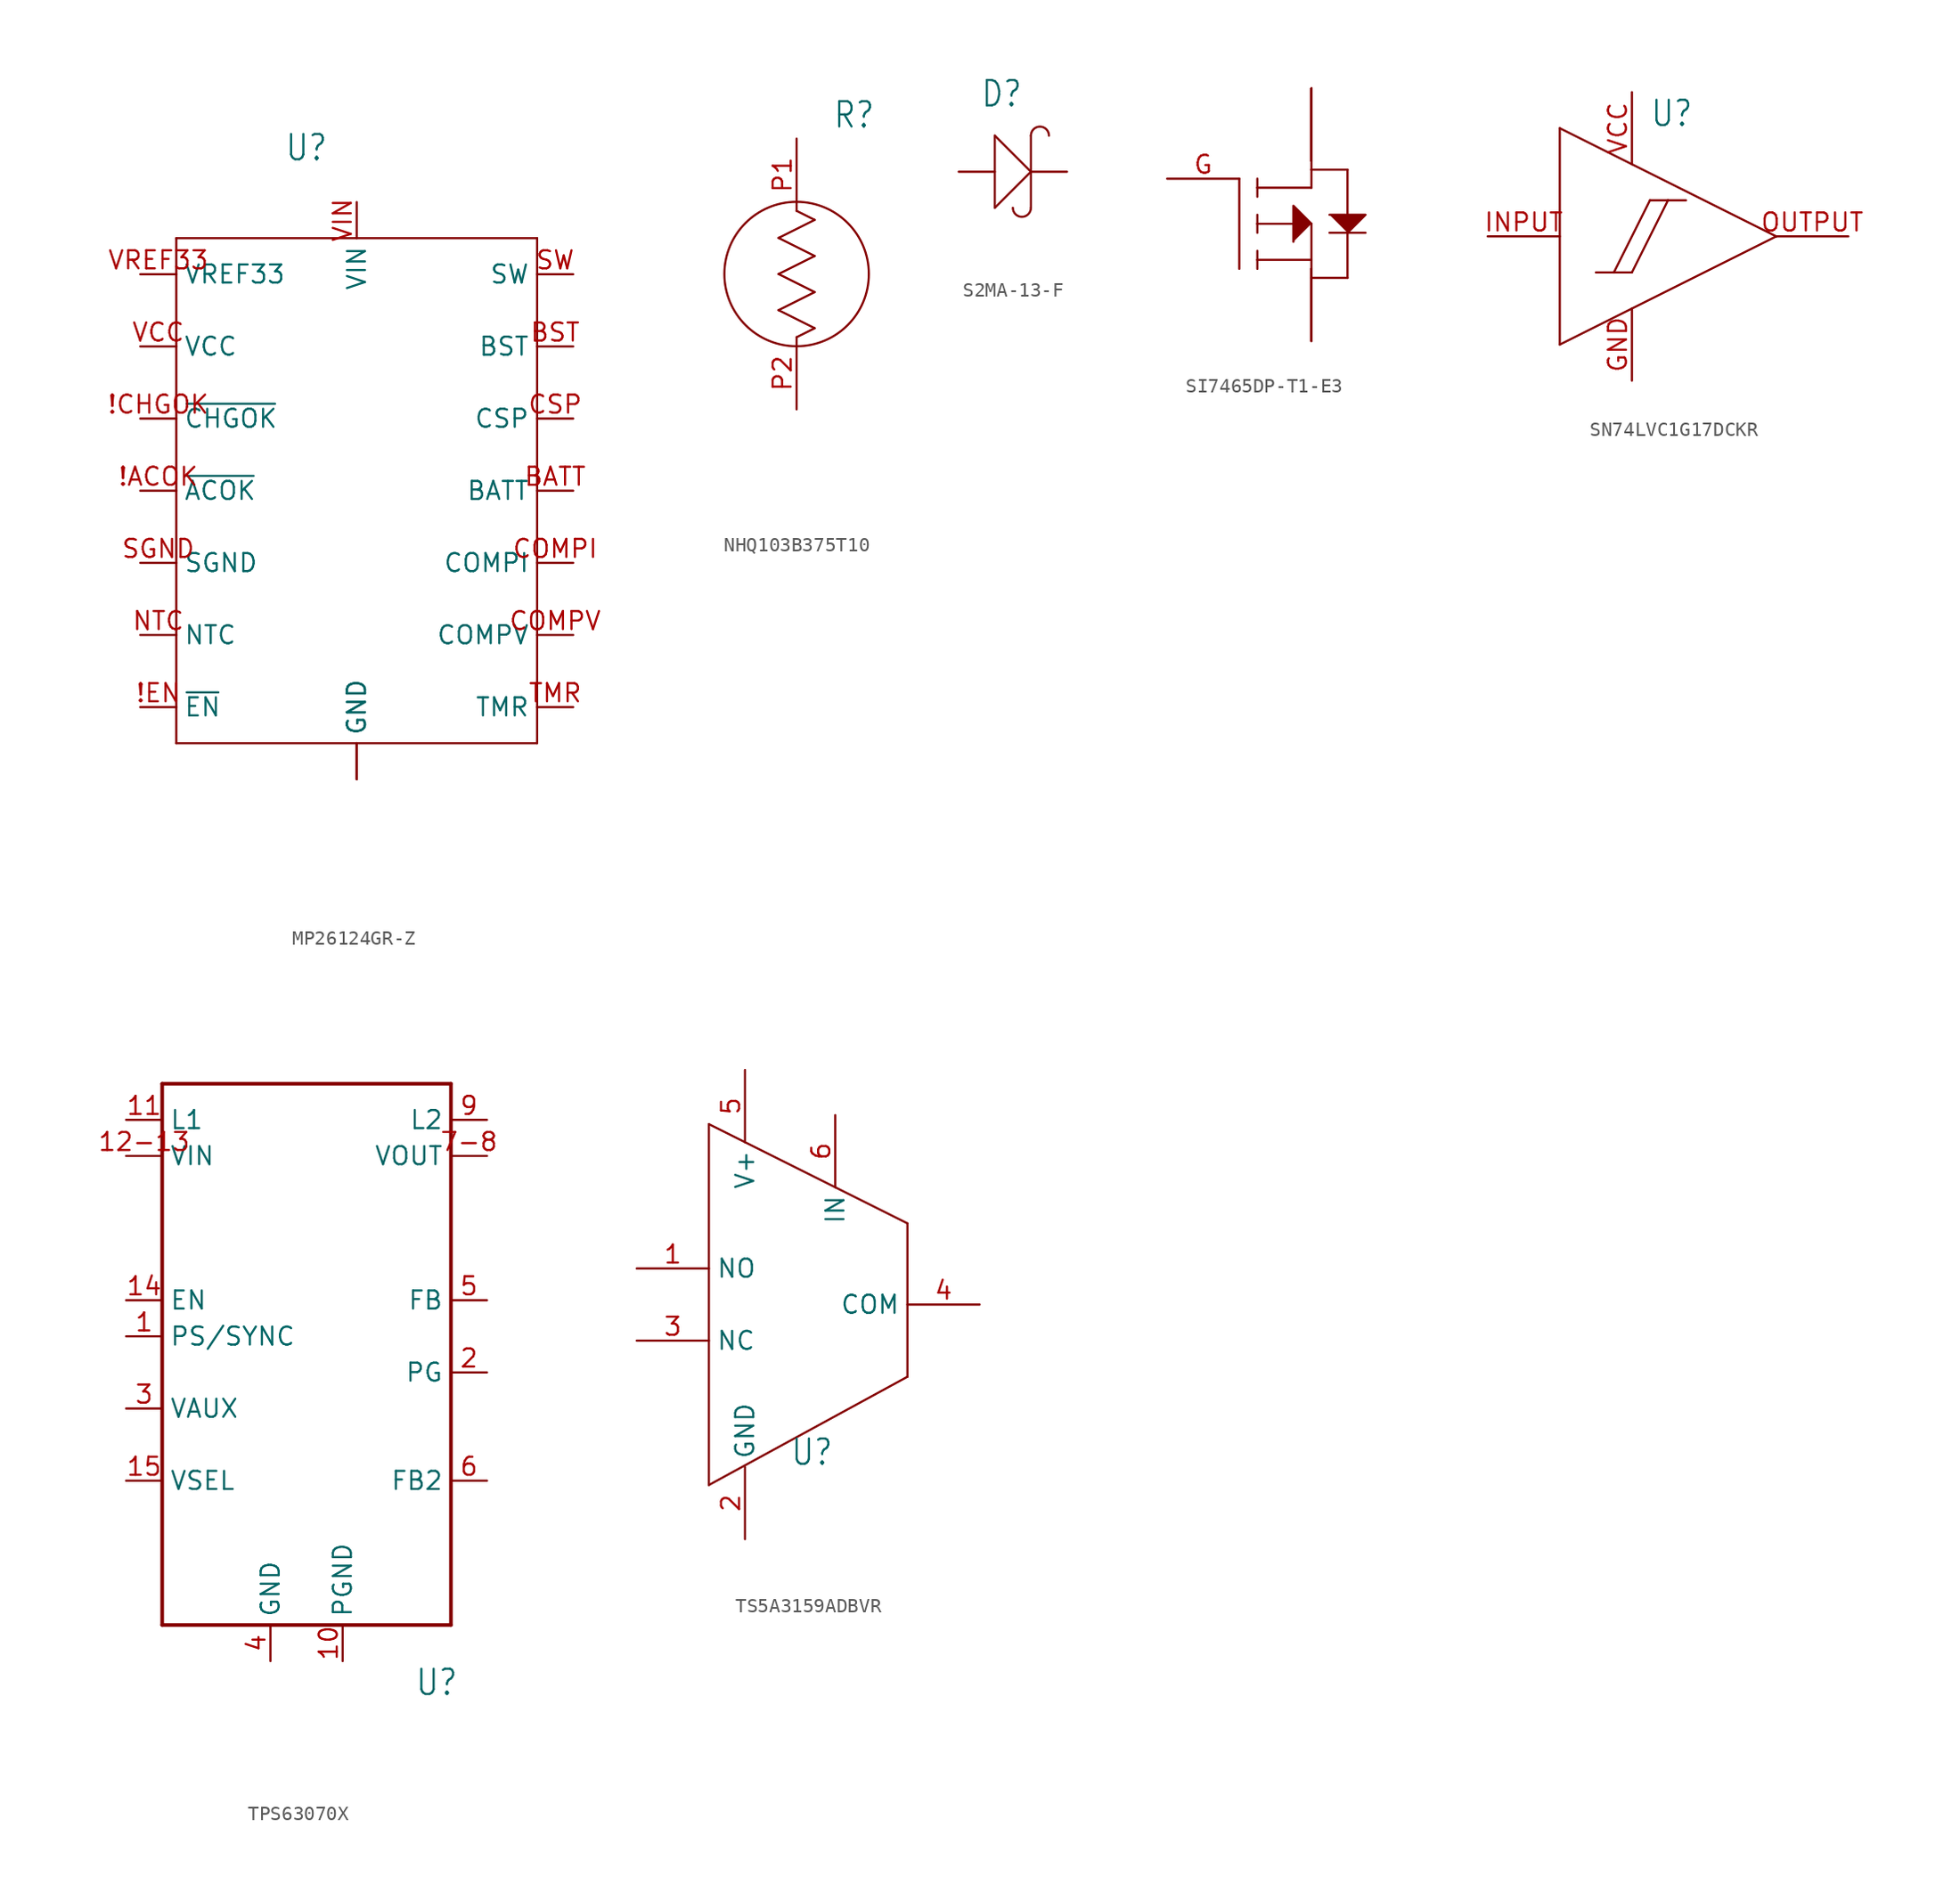
<source format=kicad_sym>
(kicad_symbol_lib
  (version 20220914)
  (generator kicad_symbol_editor)
  (symbol "MP26124GR-Z"
    (property "Reference" "U"
      (at -5.08 20.574 0)
      (effects (font (size 1.778 1.511)) (justify left bottom)))
    (property "Value" ""
      (at -5.08 -27.94 0)
      (effects (font (size 1.778 1.511)) (justify left bottom)))
    (property "ki_locked" ""
      (at 0 0 0)
      (effects (font (size 1.27 1.27))))
    (symbol "MP26124GR-Z_1_0"
      (polyline (pts (xy -12.7 -20.32) (xy -12.7 15.24)) (stroke (width 0.152) (type solid)) (fill (type none)))
      (polyline (pts (xy -12.7 15.24) (xy 12.7 15.24)) (stroke (width 0.152) (type solid)) (fill (type none)))
      (polyline (pts (xy 12.7 -20.32) (xy -12.7 -20.32)) (stroke (width 0.152) (type solid)) (fill (type none)))
      (polyline (pts (xy 12.7 15.24) (xy 12.7 -20.32)) (stroke (width 0.152) (type solid)) (fill (type none)))
      (pin bidirectional line (at -15.24 -2.54 0) (length 2.54) (name "~{ACOK}" (effects (font (size 1.27 1.27)))) (number "!ACOK" (effects (font (size 1.27 1.27)))))
      (pin bidirectional line (at -15.24 2.54 0) (length 2.54) (name "~{CHGOK}" (effects (font (size 1.27 1.27)))) (number "!CHGOK" (effects (font (size 1.27 1.27)))))
      (pin bidirectional line (at -15.24 -17.78 0) (length 2.54) (name "~{EN}" (effects (font (size 1.27 1.27)))) (number "!EN" (effects (font (size 1.27 1.27)))))
      (pin bidirectional line (at 15.24 -2.54 180) (length 2.54) (name "BATT" (effects (font (size 1.27 1.27)))) (number "BATT" (effects (font (size 1.27 1.27)))))
      (pin bidirectional line (at 15.24 7.62 180) (length 2.54) (name "BST" (effects (font (size 1.27 1.27)))) (number "BST" (effects (font (size 1.27 1.27)))))
      (pin bidirectional line (at 15.24 -7.62 180) (length 2.54) (name "COMPI" (effects (font (size 1.27 1.27)))) (number "COMPI" (effects (font (size 1.27 1.27)))))
      (pin bidirectional line (at 15.24 -12.7 180) (length 2.54) (name "COMPV" (effects (font (size 1.27 1.27)))) (number "COMPV" (effects (font (size 1.27 1.27)))))
      (pin bidirectional line (at 15.24 2.54 180) (length 2.54) (name "CSP" (effects (font (size 1.27 1.27)))) (number "CSP" (effects (font (size 1.27 1.27)))))
      (pin bidirectional line (at 0 -22.86 90) (length 2.54) (name "GND" (effects (font (size 1.27 1.27)))) (number "EPAD" (effects (font (size 0 0)))))
      (pin bidirectional line (at 0 -22.86 90) (length 2.54) (name "GND" (effects (font (size 1.27 1.27)))) (number "GND" (effects (font (size 0 0)))))
      (pin bidirectional line (at -15.24 -12.7 0) (length 2.54) (name "NTC" (effects (font (size 1.27 1.27)))) (number "NTC" (effects (font (size 1.27 1.27)))))
      (pin bidirectional line (at -15.24 -7.62 0) (length 2.54) (name "SGND" (effects (font (size 1.27 1.27)))) (number "SGND" (effects (font (size 1.27 1.27)))))
      (pin bidirectional line (at 15.24 12.7 180) (length 2.54) (name "SW" (effects (font (size 1.27 1.27)))) (number "SW" (effects (font (size 1.27 1.27)))))
      (pin bidirectional line (at 15.24 -17.78 180) (length 2.54) (name "TMR" (effects (font (size 1.27 1.27)))) (number "TMR" (effects (font (size 1.27 1.27)))))
      (pin bidirectional line (at -15.24 7.62 0) (length 2.54) (name "VCC" (effects (font (size 1.27 1.27)))) (number "VCC" (effects (font (size 1.27 1.27)))))
      (pin bidirectional line (at 0 17.78 270) (length 2.54) (name "VIN" (effects (font (size 1.27 1.27)))) (number "VIN" (effects (font (size 1.27 1.27)))))
      (pin bidirectional line (at -15.24 12.7 0) (length 2.54) (name "VREF33" (effects (font (size 1.27 1.27)))) (number "VREF33" (effects (font (size 1.27 1.27)))))))
  (symbol "NHQ103B375T10"
    (property "Reference" "R"
      (at 2.54 10.16 0)
      (effects (font (size 1.778 1.511)) (justify left bottom)))
    (property "Value" ""
      (at 2.54 -15.24 0)
      (effects (font (size 1.778 1.511)) (justify left bottom)))
    (property "ki_locked" ""
      (at 0 0 0)
      (effects (font (size 1.27 1.27))))
    (symbol "NHQ103B375T10_1_0"
      (polyline (pts (xy -1.27 -2.54) (xy 1.27 -3.81)) (stroke (width 0.152) (type solid)) (fill (type none)))
      (polyline (pts (xy -1.27 0) (xy 1.27 -1.27)) (stroke (width 0.152) (type solid)) (fill (type none)))
      (polyline (pts (xy -1.27 2.54) (xy 1.27 1.27)) (stroke (width 0.152) (type solid)) (fill (type none)))
      (polyline (pts (xy 1.27 -3.81) (xy 0 -4.445)) (stroke (width 0.152) (type solid)) (fill (type none)))
      (polyline (pts (xy 1.27 -1.27) (xy -1.27 -2.54)) (stroke (width 0.152) (type solid)) (fill (type none)))
      (polyline (pts (xy 1.27 1.27) (xy -1.27 0)) (stroke (width 0.152) (type solid)) (fill (type none)))
      (polyline (pts (xy 1.27 3.81) (xy -1.27 2.54)) (stroke (width 0.152) (type solid)) (fill (type none)))
      (polyline (pts (xy 1.27 3.81) (xy 0 4.445)) (stroke (width 0.152) (type solid)) (fill (type none)))
      (circle (center 0 0) (radius 5.08) (stroke (width 0.152) (type solid)) (fill (type none)))
      (pin bidirectional line (at 0 9.525 270) (length 5.08) (name "P$1" (effects (font (size 0 0)))) (number "P1" (effects (font (size 1.27 1.27)))))
      (pin bidirectional line (at 0 -9.525 90) (length 5.08) (name "P$2" (effects (font (size 0 0)))) (number "P2" (effects (font (size 1.27 1.27)))))))
  (symbol "S2MA-13-F"
    (property "Reference" "D"
      (at -2.288 4.447 0)
      (effects (font (size 1.78 1.513)) (justify left bottom)))
    (property "Value" ""
      (at -2.287 -5.97 0)
      (effects (font (size 1.779 1.512)) (justify left bottom)))
    (property "ki_locked" ""
      (at 0 0 0)
      (effects (font (size 1.27 1.27))))
    (symbol "S2MA-13-F_1_0"
      (arc (start 0 -2.54) (mid 0.635 -3.175) (end 1.27 -2.54) (stroke (width 0.1524) (type solid)) (fill (type none)))
      (polyline (pts (xy -1.27 -2.54) (xy 1.27 0)) (stroke (width 0.152) (type solid)) (fill (type none)))
      (polyline (pts (xy -1.27 2.54) (xy -1.27 -2.54)) (stroke (width 0.152) (type solid)) (fill (type none)))
      (polyline (pts (xy 1.27 -2.54) (xy 1.27 0)) (stroke (width 0.152) (type solid)) (fill (type none)))
      (polyline (pts (xy 1.27 0) (xy -1.27 2.54)) (stroke (width 0.152) (type solid)) (fill (type none)))
      (polyline (pts (xy 1.27 0) (xy 1.27 2.54)) (stroke (width 0.152) (type solid)) (fill (type none)))
      (arc (start 2.54 2.54) (mid 1.905 3.175) (end 1.27 2.54) (stroke (width 0.1524) (type solid)) (fill (type none)))
      (pin passive line (at -3.81 0 0) (length 2.54) (name "+" (effects (font (size 0 0)))) (number "ANODE" (effects (font (size 0 0)))))
      (pin passive line (at 3.81 0 180) (length 2.54) (name "-" (effects (font (size 0 0)))) (number "CATHODE" (effects (font (size 0 0)))))))
  (symbol "SI7465DP-T1-E3"
    (property "Reference" "Q"
      (at 0 0 0)
      (effects (font (size 1.27 1.27)) hide))
    (property "ki_locked" ""
      (at 0 0 0)
      (effects (font (size 1.27 1.27))))
    (symbol "SI7465DP-T1-E3_1_0"
      (polyline (pts (xy 0 0) (xy 0 -6.35)) (stroke (width 0.152) (type solid)) (fill (type none)))
      (polyline (pts (xy 1.27 -6.35) (xy 1.27 -5.715)) (stroke (width 0.152) (type solid)) (fill (type none)))
      (polyline (pts (xy 1.27 -5.715) (xy 1.27 -5.08)) (stroke (width 0.152) (type solid)) (fill (type none)))
      (polyline (pts (xy 1.27 -5.715) (xy 5.08 -5.715)) (stroke (width 0.152) (type solid)) (fill (type none)))
      (polyline (pts (xy 1.27 -3.81) (xy 1.27 -3.175)) (stroke (width 0.152) (type solid)) (fill (type none)))
      (polyline (pts (xy 1.27 -3.175) (xy 1.27 -2.54)) (stroke (width 0.152) (type solid)) (fill (type none)))
      (polyline (pts (xy 1.27 -3.175) (xy 5.08 -3.175)) (stroke (width 0.152) (type solid)) (fill (type none)))
      (polyline (pts (xy 1.27 -1.27) (xy 1.27 -0.635)) (stroke (width 0.152) (type solid)) (fill (type none)))
      (polyline (pts (xy 1.27 -0.635) (xy 1.27 0)) (stroke (width 0.152) (type solid)) (fill (type none)))
      (polyline (pts (xy 1.27 -0.635) (xy 5.08 -0.635)) (stroke (width 0.152) (type solid)) (fill (type none)))
      (polyline (pts (xy 5.08 -5.715) (xy 5.08 -6.35)) (stroke (width 0.152) (type solid)) (fill (type none)))
      (polyline (pts (xy 5.08 -3.175) (xy 5.08 -5.715)) (stroke (width 0.152) (type solid)) (fill (type none)))
      (polyline (pts (xy 5.08 -0.635) (xy 5.08 0.635)) (stroke (width 0.152) (type solid)) (fill (type none)))
      (polyline (pts (xy 5.08 0.635) (xy 5.08 1.27)) (stroke (width 0.152) (type solid)) (fill (type none)))
      (polyline (pts (xy 5.08 0.635) (xy 7.62 0.635)) (stroke (width 0.152) (type solid)) (fill (type none)))
      (polyline (pts (xy 6.35 -3.81) (xy 8.89 -3.81)) (stroke (width 0.152) (type solid)) (fill (type none)))
      (polyline (pts (xy 7.62 -6.985) (xy 5.08 -6.985)) (stroke (width 0.152) (type solid)) (fill (type none)))
      (polyline (pts (xy 7.62 0.635) (xy 7.62 -6.985)) (stroke (width 0.152) (type solid)) (fill (type none)))
      (polyline (pts (xy 3.81 -4.445) (xy 3.81 -1.905) (xy 5.08 -3.175)) (stroke (width 0.152) (type solid)) (fill (type outline)))
      (polyline (pts (xy 6.35 -2.54) (xy 8.89 -2.54) (xy 7.62 -3.81)) (stroke (width 0.152) (type solid)) (fill (type outline)))
      (pin bidirectional line (at 5.08 6.35 270) (length 5.08) (name "D" (effects (font (size 0 0)))) (number "D1" (effects (font (size 0 0)))))
      (pin bidirectional line (at 5.08 6.35 270) (length 5.08) (name "D" (effects (font (size 0 0)))) (number "D2" (effects (font (size 0 0)))))
      (pin bidirectional line (at 5.08 6.35 270) (length 5.08) (name "D" (effects (font (size 0 0)))) (number "D3" (effects (font (size 0 0)))))
      (pin bidirectional line (at 5.08 6.35 270) (length 5.08) (name "D" (effects (font (size 0 0)))) (number "D4" (effects (font (size 0 0)))))
      (pin bidirectional line (at 5.08 6.35 270) (length 5.08) (name "D" (effects (font (size 0 0)))) (number "DPAD" (effects (font (size 0 0)))))
      (pin bidirectional line (at -5.08 0 0) (length 5.08) (name "G" (effects (font (size 0 0)))) (number "G" (effects (font (size 1.27 1.27)))))
      (pin bidirectional line (at 5.08 -11.43 90) (length 5.08) (name "S" (effects (font (size 0 0)))) (number "S1" (effects (font (size 0 0)))))
      (pin bidirectional line (at 5.08 -11.43 90) (length 5.08) (name "S" (effects (font (size 0 0)))) (number "S2" (effects (font (size 0 0)))))
      (pin bidirectional line (at 5.08 -11.43 90) (length 5.08) (name "S" (effects (font (size 0 0)))) (number "S3" (effects (font (size 0 0)))))))
  (symbol "SN74LVC1G17DCKR"
    (property "Reference" "U"
      (at 0 7.62 0)
      (effects (font (size 1.778 1.511)) (justify left bottom)))
    (property "Value" ""
      (at 0 -7.62 0)
      (effects (font (size 1.778 1.511)) (justify left bottom)))
    (property "ki_locked" ""
      (at 0 0 0)
      (effects (font (size 1.27 1.27))))
    (symbol "SN74LVC1G17DCKR_1_0"
      (polyline (pts (xy -6.35 -7.62) (xy 8.89 0)) (stroke (width 0.152) (type solid)) (fill (type none)))
      (polyline (pts (xy -6.35 7.62) (xy -6.35 -7.62)) (stroke (width 0.152) (type solid)) (fill (type none)))
      (polyline (pts (xy -2.54 -2.54) (xy -3.81 -2.54)) (stroke (width 0.152) (type solid)) (fill (type none)))
      (polyline (pts (xy -2.54 -2.54) (xy -1.27 -2.54)) (stroke (width 0.152) (type solid)) (fill (type none)))
      (polyline (pts (xy -1.27 -2.54) (xy 1.27 2.54)) (stroke (width 0.152) (type solid)) (fill (type none)))
      (polyline (pts (xy 0 2.54) (xy -2.54 -2.54)) (stroke (width 0.152) (type solid)) (fill (type none)))
      (polyline (pts (xy 1.27 2.54) (xy 0 2.54)) (stroke (width 0.152) (type solid)) (fill (type none)))
      (polyline (pts (xy 1.27 2.54) (xy 2.54 2.54)) (stroke (width 0.152) (type solid)) (fill (type none)))
      (polyline (pts (xy 8.89 0) (xy -6.35 7.62)) (stroke (width 0.152) (type solid)) (fill (type none)))
      (pin bidirectional line (at -1.27 -10.16 90) (length 5.08) (name "GND" (effects (font (size 0 0)))) (number "GND" (effects (font (size 1.27 1.27)))))
      (pin bidirectional line (at -11.43 0 0) (length 5.08) (name "A" (effects (font (size 0 0)))) (number "INPUT" (effects (font (size 1.27 1.27)))))
      (pin bidirectional line (at 13.97 0 180) (length 5.08) (name "Y" (effects (font (size 0 0)))) (number "OUTPUT" (effects (font (size 1.27 1.27)))))
      (pin bidirectional line (at -1.27 10.16 270) (length 5.08) (name "VCC" (effects (font (size 0 0)))) (number "VCC" (effects (font (size 1.27 1.27)))))))
  (symbol "TPS63070X"
    (property "Reference" "U"
      (at 7.62 -25.4 0)
      (effects (font (size 1.778 1.511)) (justify left bottom)))
    (property "Value" ""
      (at 7.62 -27.94 0)
      (effects (font (size 1.778 1.511)) (justify left bottom)))
    (property "ki_locked" ""
      (at 0 0 0)
      (effects (font (size 1.27 1.27))))
    (symbol "TPS63070X_1_0"
      (polyline (pts (xy -10.16 -20.32) (xy 10.16 -20.32)) (stroke (width 0.254) (type solid)) (fill (type none)))
      (polyline (pts (xy -10.16 17.78) (xy -10.16 -20.32)) (stroke (width 0.254) (type solid)) (fill (type none)))
      (polyline (pts (xy 10.16 -20.32) (xy 10.16 17.78)) (stroke (width 0.254) (type solid)) (fill (type none)))
      (polyline (pts (xy 10.16 17.78) (xy -10.16 17.78)) (stroke (width 0.254) (type solid)) (fill (type none)))
      (pin input line (at -12.7 0 0) (length 2.54) (name "PS/SYNC" (effects (font (size 1.27 1.27)))) (number "1" (effects (font (size 1.27 1.27)))))
      (pin power_in line (at 2.54 -22.86 90) (length 2.54) (name "PGND" (effects (font (size 1.27 1.27)))) (number "10" (effects (font (size 1.27 1.27)))))
      (pin passive line (at -12.7 15.24 0) (length 2.54) (name "L1" (effects (font (size 1.27 1.27)))) (number "11" (effects (font (size 1.27 1.27)))))
      (pin power_in line (at -12.7 12.7 0) (length 2.54) (name "VIN" (effects (font (size 1.27 1.27)))) (number "12-13" (effects (font (size 1.27 1.27)))))
      (pin input line (at -12.7 2.54 0) (length 2.54) (name "EN" (effects (font (size 1.27 1.27)))) (number "14" (effects (font (size 1.27 1.27)))))
      (pin input line (at -12.7 -10.16 0) (length 2.54) (name "VSEL" (effects (font (size 1.27 1.27)))) (number "15" (effects (font (size 1.27 1.27)))))
      (pin open_collector line (at 12.7 -2.54 180) (length 2.54) (name "PG" (effects (font (size 1.27 1.27)))) (number "2" (effects (font (size 1.27 1.27)))))
      (pin output line (at -12.7 -5.08 0) (length 2.54) (name "VAUX" (effects (font (size 1.27 1.27)))) (number "3" (effects (font (size 1.27 1.27)))))
      (pin power_in line (at -2.54 -22.86 90) (length 2.54) (name "GND" (effects (font (size 1.27 1.27)))) (number "4" (effects (font (size 1.27 1.27)))))
      (pin passive line (at 12.7 2.54 180) (length 2.54) (name "FB" (effects (font (size 1.27 1.27)))) (number "5" (effects (font (size 1.27 1.27)))))
      (pin passive line (at 12.7 -10.16 180) (length 2.54) (name "FB2" (effects (font (size 1.27 1.27)))) (number "6" (effects (font (size 1.27 1.27)))))
      (pin power_in line (at 12.7 12.7 180) (length 2.54) (name "VOUT" (effects (font (size 1.27 1.27)))) (number "7-8" (effects (font (size 1.27 1.27)))))
      (pin passive line (at 12.7 15.24 180) (length 2.54) (name "L2" (effects (font (size 1.27 1.27)))) (number "9" (effects (font (size 1.27 1.27)))))))
  (symbol "TS5A3159ADBVR"
    (property "Reference" "U"
      (at -0.635 -11.43 0)
      (effects (font (size 1.778 1.511)) (justify left bottom)))
    (property "Value" ""
      (at -0.635 -13.97 0)
      (effects (font (size 1.778 1.511)) (justify left bottom)))
    (property "ki_locked" ""
      (at 0 0 0)
      (effects (font (size 1.27 1.27))))
    (symbol "TS5A3159ADBVR_1_0"
      (polyline (pts (xy -6.35 -12.7) (xy 7.62 -5.08)) (stroke (width 0.152) (type solid)) (fill (type none)))
      (polyline (pts (xy -6.35 12.7) (xy -6.35 -12.7)) (stroke (width 0.152) (type solid)) (fill (type none)))
      (polyline (pts (xy 7.62 -5.08) (xy 7.62 5.715)) (stroke (width 0.152) (type solid)) (fill (type none)))
      (polyline (pts (xy 7.62 5.715) (xy -6.35 12.7)) (stroke (width 0.152) (type solid)) (fill (type none)))
      (pin bidirectional line (at -11.43 2.54 0) (length 5.08) (name "NO" (effects (font (size 1.27 1.27)))) (number "1" (effects (font (size 1.27 1.27)))))
      (pin bidirectional line (at -3.81 -16.51 90) (length 5.08) (name "GND" (effects (font (size 1.27 1.27)))) (number "2" (effects (font (size 1.27 1.27)))))
      (pin bidirectional line (at -11.43 -2.54 0) (length 5.08) (name "NC" (effects (font (size 1.27 1.27)))) (number "3" (effects (font (size 1.27 1.27)))))
      (pin bidirectional line (at 12.7 0 180) (length 5.08) (name "COM" (effects (font (size 1.27 1.27)))) (number "4" (effects (font (size 1.27 1.27)))))
      (pin bidirectional line (at -3.81 16.51 270) (length 5.08) (name "V+" (effects (font (size 1.27 1.27)))) (number "5" (effects (font (size 1.27 1.27)))))
      (pin bidirectional line (at 2.54 13.335 270) (length 5.08) (name "IN" (effects (font (size 1.27 1.27)))) (number "6" (effects (font (size 1.27 1.27))))))))
</source>
